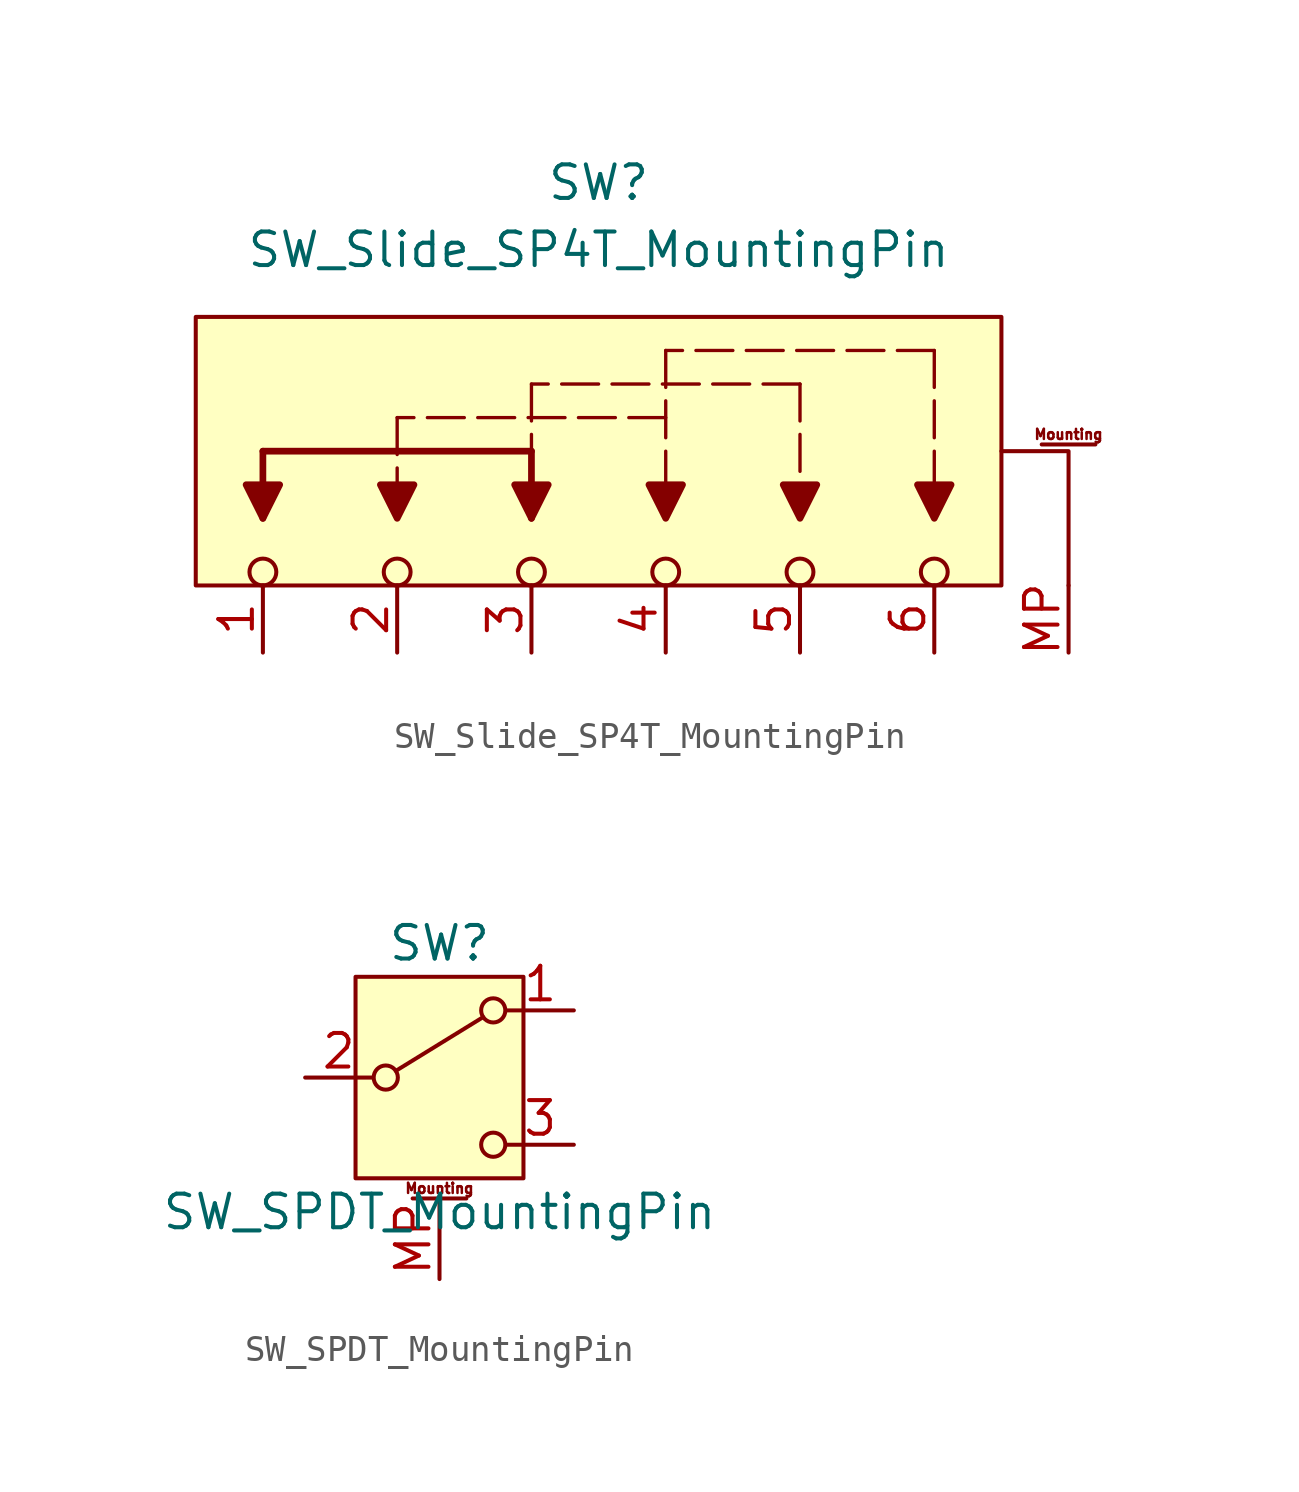
<source format=kicad_sym>
(kicad_symbol_lib
  (version 20231120)
  (generator "kicad_symbol_editor")
  (generator_version "8.0")
  (symbol "SW_Slide_SP4T_MountingPin"
    (pin_names
      (offset 0) hide)
    (property "Reference" "SW"
      (at 0 15.24 0)
      (effects (font (size 1.27 1.27))))
    (property "Value" "SW_Slide_SP4T_MountingPin"
      (at 0 12.7 0)
      (effects (font (size 1.27 1.27))))
    (symbol "SW_Slide_SP4T_MountingPin_0_0"
      (circle (center -12.7 0.508) (radius 0.508) (stroke (width 0) (type default)) (fill (type none)))
      (circle (center -2.54 0.508) (radius 0.508) (stroke (width 0) (type default)) (fill (type none)))
      (circle (center 2.54 0.508) (radius 0.508) (stroke (width 0) (type default)) (fill (type none)))
      (circle (center 7.62 0.508) (radius 0.508) (stroke (width 0) (type default)) (fill (type none)))
      (circle (center 12.7 0.508) (radius 0.508) (stroke (width 0) (type default)) (fill (type none))))
    (symbol "SW_Slide_SP4T_MountingPin_0_1"
      (rectangle (start -15.24 10.16) (end 15.24 0) (stroke (width 0) (type default)) (fill (type background)))
      (circle (center -7.62 0.508) (radius 0.508) (stroke (width 0) (type default)) (fill (type none)))
      (polyline (pts (xy -12.7 5.08) (xy -12.7 2.54)) (stroke (width 0.254) (type default)) (fill (type none)))
      (polyline (pts (xy -7.62 6.35) (xy -7.62 2.54)) (stroke (width 0.127) (type dash)) (fill (type none)))
      (polyline (pts (xy -2.54 5.08) (xy -12.7 5.08)) (stroke (width 0.254) (type default)) (fill (type none)))
      (polyline (pts (xy -2.54 5.08) (xy -2.54 2.54)) (stroke (width 0.254) (type default)) (fill (type none)))
      (polyline (pts (xy -2.54 7.62) (xy -2.54 5.08)) (stroke (width 0.127) (type dash)) (fill (type none)))
      (polyline (pts (xy 2.54 6.35) (xy -7.62 6.35)) (stroke (width 0.127) (type dash)) (fill (type none)))
      (polyline (pts (xy 2.54 8.89) (xy 2.54 2.54)) (stroke (width 0.127) (type dash)) (fill (type none)))
      (polyline (pts (xy 7.62 7.62) (xy -2.54 7.62)) (stroke (width 0.127) (type dash)) (fill (type none)))
      (polyline (pts (xy 7.62 7.62) (xy 7.62 2.54)) (stroke (width 0.127) (type dash)) (fill (type none)))
      (polyline (pts (xy 12.7 8.89) (xy 2.54 8.89)) (stroke (width 0.127) (type dash)) (fill (type none)))
      (polyline (pts (xy 12.7 8.89) (xy 12.7 2.54)) (stroke (width 0.127) (type dash)) (fill (type none)))
      (polyline (pts (xy 17.78 0) (xy 17.78 5.08) (xy 15.24 5.08)) (stroke (width 0) (type default)) (fill (type none)))
      (polyline (pts (xy -12.7 2.54) (xy -12.065 3.81) (xy -13.335 3.81) (xy -12.7 2.54)) (stroke (width 0.254) (type default)) (fill (type outline)))
      (polyline (pts (xy -7.62 2.54) (xy -6.985 3.81) (xy -8.255 3.81) (xy -7.62 2.54)) (stroke (width 0.254) (type default)) (fill (type outline)))
      (polyline (pts (xy -2.54 2.54) (xy -1.905 3.81) (xy -3.175 3.81) (xy -2.54 2.54)) (stroke (width 0.254) (type default)) (fill (type outline)))
      (polyline (pts (xy 2.54 2.54) (xy 3.175 3.81) (xy 1.905 3.81) (xy 2.54 2.54)) (stroke (width 0.254) (type default)) (fill (type outline)))
      (polyline (pts (xy 7.62 2.54) (xy 8.255 3.81) (xy 6.985 3.81) (xy 7.62 2.54)) (stroke (width 0.254) (type default)) (fill (type outline)))
      (polyline (pts (xy 12.7 2.54) (xy 13.335 3.81) (xy 12.065 3.81) (xy 12.7 2.54)) (stroke (width 0.254) (type default)) (fill (type outline))))
    (symbol "SW_Slide_SP4T_MountingPin_1_1"
      (polyline (pts (xy 16.764 5.334) (xy 18.796 5.334)) (stroke (width 0.152) (type default)) (fill (type none)))
      (text "Mounting" (at 17.78 5.715 0) (effects (font (size 0.381 0.381))))
      (pin passive line (at -12.7 -2.54 90) (length 2.54) (name "A" (effects (font (size 1.27 1.27)))) (number "1" (effects (font (size 1.27 1.27)))))
      (pin passive line (at -7.62 -2.54 90) (length 2.54) (name "B" (effects (font (size 1.27 1.27)))) (number "2" (effects (font (size 1.27 1.27)))))
      (pin passive line (at -2.54 -2.54 90) (length 2.54) (name "C" (effects (font (size 1.27 1.27)))) (number "3" (effects (font (size 1.27 1.27)))))
      (pin passive line (at 2.54 -2.54 90) (length 2.54) (name "D" (effects (font (size 1.27 1.27)))) (number "4" (effects (font (size 1.27 1.27)))))
      (pin passive line (at 7.62 -2.54 90) (length 2.54) (name "E" (effects (font (size 1.27 1.27)))) (number "5" (effects (font (size 1.27 1.27)))))
      (pin passive line (at 12.7 -2.54 90) (length 2.54) (name "F" (effects (font (size 1.27 1.27)))) (number "6" (effects (font (size 1.27 1.27)))))
      (pin passive line (at 17.78 -2.54 90) (length 2.54) (name "MountPin" (effects (font (size 1.27 1.27)))) (number "MP" (effects (font (size 1.27 1.27)))))))
  (symbol "SW_SPDT_MountingPin"
    (pin_names
      (offset 0) hide)
    (property "Reference" "SW"
      (at 0 5.08 0)
      (effects (font (size 1.27 1.27))))
    (property "Value" "SW_SPDT_MountingPin"
      (at 0 -5.08 0)
      (effects (font (size 1.27 1.27))))
    (symbol "SW_SPDT_MountingPin_0_1"
      (circle (center -2.032 0) (radius 0.457) (stroke (width 0) (type default)) (fill (type none)))
      (polyline (pts (xy -1.651 0.254) (xy 1.651 2.286)) (stroke (width 0) (type default)) (fill (type none)))
      (circle (center 2.032 -2.54) (radius 0.457) (stroke (width 0) (type default)) (fill (type none)))
      (circle (center 2.032 2.54) (radius 0.457) (stroke (width 0) (type default)) (fill (type none))))
    (symbol "SW_SPDT_MountingPin_1_1"
      (rectangle (start -3.175 3.81) (end 3.175 -3.81) (stroke (width 0) (type default)) (fill (type background)))
      (polyline (pts (xy -1.016 -4.572) (xy 1.016 -4.572)) (stroke (width 0.152) (type default)) (fill (type none)))
      (text "Mounting" (at 0 -4.191 0) (effects (font (size 0.381 0.381))))
      (pin passive line (at 5.08 2.54 180) (length 2.54) (name "A" (effects (font (size 1.27 1.27)))) (number "1" (effects (font (size 1.27 1.27)))))
      (pin passive line (at -5.08 0 0) (length 2.54) (name "B" (effects (font (size 1.27 1.27)))) (number "2" (effects (font (size 1.27 1.27)))))
      (pin passive line (at 5.08 -2.54 180) (length 2.54) (name "C" (effects (font (size 1.27 1.27)))) (number "3" (effects (font (size 1.27 1.27)))))
      (pin passive line (at 0 -7.62 90) (length 3.048) (name "MountPin" (effects (font (size 1.27 1.27)))) (number "MP" (effects (font (size 1.27 1.27))))))))
</source>
